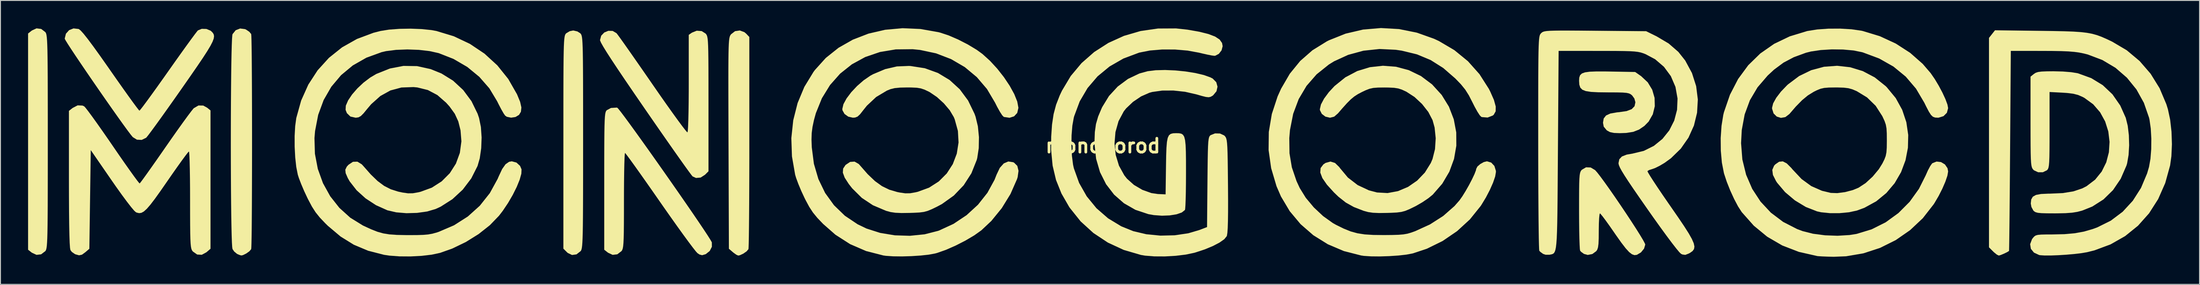
<source format=kicad_pcb>
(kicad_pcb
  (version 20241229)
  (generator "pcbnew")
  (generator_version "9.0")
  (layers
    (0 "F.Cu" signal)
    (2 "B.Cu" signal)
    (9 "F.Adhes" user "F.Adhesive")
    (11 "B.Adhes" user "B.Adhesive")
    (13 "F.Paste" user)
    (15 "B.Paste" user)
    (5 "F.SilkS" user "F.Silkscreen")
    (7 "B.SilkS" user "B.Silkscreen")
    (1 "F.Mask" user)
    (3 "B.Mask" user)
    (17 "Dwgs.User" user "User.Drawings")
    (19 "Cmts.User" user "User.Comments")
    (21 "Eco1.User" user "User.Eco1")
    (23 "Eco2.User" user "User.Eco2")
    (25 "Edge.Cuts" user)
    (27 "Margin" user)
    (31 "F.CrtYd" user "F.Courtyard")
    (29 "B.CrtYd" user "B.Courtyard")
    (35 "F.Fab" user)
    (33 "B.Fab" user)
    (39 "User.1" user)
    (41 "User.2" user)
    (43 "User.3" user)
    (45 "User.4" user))
  (footprint "monogorod"
    (layer "F.Cu")
    (at 116.748 12.813)
    (property "Reference" "monogorod" (at 0 0 0) (layer "F.SilkS") (effects (font (size 1.5 1.5) (thickness 0.3))))
    (attr board_only exclude_from_pos_files exclude_from_bom)
    (fp_poly (pts (xy -115.324 -12.715) (xy -114.874 -12.37) (xy -114.824 -12.296) (xy -114.78 -12.186) (xy -114.743 -12.019) (xy -114.712 -11.774) (xy -114.685 -11.431) (xy -114.664 -10.97) (xy -114.646 -10.368) (xy -114.633 -9.606) (xy -114.623 -8.663) (xy -114.615 -7.518) (xy -114.611 -6.15) (xy -114.608 -4.539) (xy -114.606 -2.664) (xy -114.606 -0.504) (xy -114.606 -0.459) (xy -114.606 1.707) (xy -114.608 3.587) (xy -114.611 5.203) (xy -114.615 6.576) (xy -114.623 7.725) (xy -114.633 8.672) (xy -114.646 9.437) (xy -114.663 10.041) (xy -114.685 10.506) (xy -114.711 10.851) (xy -114.742 11.097) (xy -114.78 11.265) (xy -114.823 11.376) (xy -114.873 11.451) (xy -114.874 11.452) (xy -115.33 11.8) (xy -115.836 11.858) (xy -116.334 11.626) (xy -116.748 11.301) (xy -116.748 -0.459) (xy -116.748 -12.219) (xy -116.334 -12.545) (xy -115.83 -12.778)) (stroke (width 0) (type solid)) (fill yes) (layer "F.SilkS"))
    (fp_poly (pts (xy -38.941 -12.365) (xy -38.739 -12.193) (xy -38.406 -11.839) (xy -38.406 -0.423) (xy -38.407 1.423) (xy -38.411 3.183) (xy -38.417 4.833) (xy -38.424 6.348) (xy -38.434 7.704) (xy -38.445 8.876) (xy -38.457 9.84) (xy -38.471 10.571) (xy -38.486 11.046) (xy -38.501 11.239) (xy -38.501 11.24) (xy -38.702 11.477) (xy -39.058 11.725) (xy -39.434 11.9) (xy -39.614 11.935) (xy -39.821 11.843) (xy -40.135 11.616) (xy -40.195 11.566) (xy -40.625 11.196) (xy -40.666 -0.269) (xy -40.673 -2.413) (xy -40.679 -4.273) (xy -40.683 -5.869) (xy -40.684 -7.223) (xy -40.683 -8.355) (xy -40.677 -9.286) (xy -40.667 -10.039) (xy -40.653 -10.633) (xy -40.634 -11.091) (xy -40.609 -11.433) (xy -40.578 -11.68) (xy -40.541 -11.853) (xy -40.496 -11.975) (xy -40.444 -12.065) (xy -40.387 -12.14) (xy -39.955 -12.473) (xy -39.442 -12.549)) (stroke (width 0) (type solid)) (fill yes) (layer "F.SilkS"))
    (fp_poly (pts (xy 54.594 -8.09) (xy 55.137 -8.081) (xy 57.813 -8.033) (xy 58.47 -7.571) (xy 59.18 -6.906) (xy 59.666 -6.103) (xy 59.922 -5.219) (xy 59.945 -4.31) (xy 59.731 -3.432) (xy 59.278 -2.64) (xy 58.815 -2.166) (xy 58.233 -1.767) (xy 57.601 -1.521) (xy 56.83 -1.401) (xy 56.138 -1.378) (xy 55.506 -1.403) (xy 55.079 -1.492) (xy 54.755 -1.67) (xy 54.722 -1.694) (xy 54.398 -2.086) (xy 54.319 -2.512) (xy 54.395 -2.975) (xy 54.648 -3.3) (xy 55.115 -3.514) (xy 55.836 -3.641) (xy 56.068 -3.662) (xy 56.887 -3.781) (xy 57.437 -3.991) (xy 57.745 -4.31) (xy 57.839 -4.74) (xy 57.725 -5.15) (xy 57.484 -5.482) (xy 57.327 -5.611) (xy 57.14 -5.702) (xy 56.871 -5.761) (xy 56.465 -5.795) (xy 55.87 -5.81) (xy 55.03 -5.814) (xy 54.873 -5.814) (xy 53.81 -5.825) (xy 53.015 -5.867) (xy 52.449 -5.955) (xy 52.074 -6.105) (xy 51.853 -6.332) (xy 51.748 -6.651) (xy 51.72 -7.073) (xy 51.741 -7.42) (xy 51.83 -7.682) (xy 52.025 -7.869) (xy 52.363 -7.993) (xy 52.879 -8.064) (xy 53.61 -8.092)) (stroke (width 0) (type solid)) (fill yes) (layer "F.SilkS"))
    (fp_poly (pts (xy -57.083 -12.443) (xy -56.767 -12.241) (xy -56.71 -12.178) (xy -56.661 -12.096) (xy -56.618 -11.975) (xy -56.582 -11.794) (xy -56.552 -11.532) (xy -56.528 -11.168) (xy -56.508 -10.681) (xy -56.493 -10.05) (xy -56.481 -9.254) (xy -56.473 -8.273) (xy -56.467 -7.086) (xy -56.464 -5.671) (xy -56.462 -4.009) (xy -56.462 -2.077) (xy -56.461 -0.399) (xy -56.462 1.76) (xy -56.463 3.635) (xy -56.466 5.246) (xy -56.471 6.612) (xy -56.478 7.756) (xy -56.488 8.698) (xy -56.502 9.458) (xy -56.519 10.058) (xy -56.541 10.519) (xy -56.567 10.86) (xy -56.599 11.104) (xy -56.636 11.27) (xy -56.68 11.38) (xy -56.729 11.452) (xy -57.181 11.806) (xy -57.666 11.873) (xy -58.132 11.649) (xy -58.213 11.574) (xy -58.604 11.184) (xy -58.604 -0.376) (xy -58.603 -2.53) (xy -58.603 -4.4) (xy -58.601 -6.006) (xy -58.597 -7.368) (xy -58.591 -8.507) (xy -58.582 -9.445) (xy -58.569 -10.202) (xy -58.553 -10.799) (xy -58.532 -11.257) (xy -58.506 -11.597) (xy -58.475 -11.84) (xy -58.438 -12.006) (xy -58.394 -12.116) (xy -58.343 -12.192) (xy -58.298 -12.241) (xy -57.912 -12.471) (xy -57.533 -12.547)) (stroke (width 0) (type solid)) (fill yes) (layer "F.SilkS"))
    (fp_poly (pts (xy -93.177 -12.692) (xy -93.066 -12.641) (xy -92.721 -12.407) (xy -92.518 -12.165) (xy -92.514 -12.158) (xy -92.497 -11.963) (xy -92.482 -11.492) (xy -92.469 -10.773) (xy -92.457 -9.836) (xy -92.447 -8.709) (xy -92.438 -7.422) (xy -92.431 -6.005) (xy -92.426 -4.485) (xy -92.423 -2.893) (xy -92.421 -1.258) (xy -92.421 0.391) (xy -92.423 2.025) (xy -92.427 3.615) (xy -92.432 5.132) (xy -92.438 6.546) (xy -92.447 7.828) (xy -92.457 8.95) (xy -92.469 9.881) (xy -92.483 10.592) (xy -92.498 11.055) (xy -92.514 11.24) (xy -92.71 11.47) (xy -93.056 11.716) (xy -93.415 11.891) (xy -93.598 11.925) (xy -93.82 11.856) (xy -94.047 11.756) (xy -94.363 11.495) (xy -94.544 11.224) (xy -94.578 10.998) (xy -94.608 10.496) (xy -94.634 9.748) (xy -94.657 8.782) (xy -94.677 7.629) (xy -94.694 6.318) (xy -94.707 4.878) (xy -94.716 3.34) (xy -94.722 1.733) (xy -94.725 0.086) (xy -94.724 -1.57) (xy -94.72 -3.206) (xy -94.712 -4.794) (xy -94.701 -6.302) (xy -94.687 -7.701) (xy -94.669 -8.962) (xy -94.648 -10.055) (xy -94.623 -10.95) (xy -94.596 -11.619) (xy -94.564 -12.03) (xy -94.542 -12.147) (xy -94.2 -12.573) (xy -93.716 -12.764)) (stroke (width 0) (type solid)) (fill yes) (layer "F.SilkS"))
    (fp_poly (pts (xy 52.981 2.355) (xy 53.459 2.639) (xy 53.691 2.899) (xy 54.05 3.361) (xy 54.509 3.987) (xy 55.043 4.738) (xy 55.625 5.575) (xy 56.229 6.461) (xy 56.829 7.355) (xy 57.4 8.221) (xy 57.916 9.019) (xy 58.349 9.71) (xy 58.676 10.256) (xy 58.868 10.618) (xy 58.91 10.741) (xy 58.778 11.182) (xy 58.443 11.592) (xy 57.999 11.856) (xy 57.989 11.859) (xy 57.737 11.889) (xy 57.47 11.797) (xy 57.161 11.559) (xy 56.783 11.146) (xy 56.31 10.532) (xy 55.713 9.69) (xy 55.522 9.412) (xy 55.041 8.72) (xy 54.615 8.126) (xy 54.275 7.673) (xy 54.052 7.402) (xy 53.984 7.345) (xy 53.937 7.488) (xy 53.898 7.879) (xy 53.871 8.46) (xy 53.86 9.172) (xy 53.86 9.24) (xy 53.854 10.068) (xy 53.829 10.648) (xy 53.779 11.037) (xy 53.697 11.292) (xy 53.592 11.452) (xy 53.164 11.768) (xy 52.66 11.868) (xy 52.254 11.756) (xy 51.96 11.544) (xy 51.835 11.412) (xy 51.805 11.221) (xy 51.779 10.765) (xy 51.755 10.085) (xy 51.737 9.224) (xy 51.725 8.222) (xy 51.72 7.121) (xy 51.72 7.077) (xy 51.721 5.836) (xy 51.725 4.864) (xy 51.735 4.126) (xy 51.755 3.585) (xy 51.785 3.204) (xy 51.83 2.947) (xy 51.89 2.778) (xy 51.969 2.66) (xy 52.024 2.601) (xy 52.477 2.336)) (stroke (width 0) (type solid)) (fill yes) (layer "F.SilkS"))
    (fp_poly (pts (xy -43.583 -12.482) (xy -43.155 -12.212) (xy -43.084 -12.127) (xy -43.024 -12.022) (xy -42.975 -11.871) (xy -42.935 -11.646) (xy -42.905 -11.321) (xy -42.882 -10.869) (xy -42.866 -10.263) (xy -42.855 -9.477) (xy -42.848 -8.484) (xy -42.845 -7.257) (xy -42.844 -5.77) (xy -42.843 -4.555) (xy -42.843 2.768) (xy -43.219 3.144) (xy -43.695 3.452) (xy -44.195 3.495) (xy -44.567 3.328) (xy -44.698 3.169) (xy -44.986 2.782) (xy -45.415 2.188) (xy -45.966 1.412) (xy -46.626 0.477) (xy -47.375 -0.594) (xy -48.199 -1.777) (xy -49.081 -3.05) (xy -49.722 -3.978) (xy -50.888 -5.675) (xy -51.882 -7.133) (xy -52.711 -8.364) (xy -53.382 -9.378) (xy -53.902 -10.184) (xy -54.276 -10.793) (xy -54.513 -11.216) (xy -54.618 -11.462) (xy -54.625 -11.507) (xy -54.496 -11.98) (xy -54.166 -12.326) (xy -53.722 -12.511) (xy -53.25 -12.499) (xy -52.835 -12.255) (xy -52.827 -12.246) (xy -52.682 -12.058) (xy -52.383 -11.646) (xy -51.951 -11.038) (xy -51.405 -10.261) (xy -50.765 -9.345) (xy -50.05 -8.317) (xy -49.281 -7.206) (xy -48.905 -6.661) (xy -48.126 -5.536) (xy -47.397 -4.497) (xy -46.737 -3.57) (xy -46.165 -2.779) (xy -45.7 -2.152) (xy -45.36 -1.712) (xy -45.164 -1.486) (xy -45.125 -1.462) (xy -45.09 -1.632) (xy -45.06 -2.075) (xy -45.033 -2.761) (xy -45.012 -3.655) (xy -44.996 -4.727) (xy -44.987 -5.945) (xy -44.986 -6.809) (xy -44.986 -12.071) (xy -44.645 -12.309) (xy -44.119 -12.522)) (stroke (width 0) (type solid)) (fill yes) (layer "F.SilkS"))
    (fp_poly (pts (xy -111.271 -12.712) (xy -111.231 -12.696) (xy -111.032 -12.54) (xy -110.71 -12.181) (xy -110.255 -11.607) (xy -109.66 -10.809) (xy -108.917 -9.776) (xy -108.018 -8.498) (xy -107.794 -8.175) (xy -107.082 -7.157) (xy -106.423 -6.223) (xy -105.839 -5.403) (xy -105.348 -4.724) (xy -104.972 -4.217) (xy -104.733 -3.909) (xy -104.652 -3.825) (xy -104.54 -3.946) (xy -104.273 -4.289) (xy -103.874 -4.825) (xy -103.363 -5.526) (xy -102.761 -6.363) (xy -102.09 -7.307) (xy -101.535 -8.093) (xy -100.818 -9.11) (xy -100.148 -10.051) (xy -99.548 -10.887) (xy -99.04 -11.586) (xy -98.646 -12.119) (xy -98.389 -12.453) (xy -98.3 -12.556) (xy -97.885 -12.727) (xy -97.378 -12.714) (xy -96.925 -12.526) (xy -96.859 -12.472) (xy -96.697 -12.309) (xy -96.589 -12.137) (xy -96.547 -11.931) (xy -96.583 -11.669) (xy -96.711 -11.325) (xy -96.941 -10.876) (xy -97.286 -10.299) (xy -97.759 -9.568) (xy -98.373 -8.66) (xy -99.138 -7.551) (xy -100.069 -6.216) (xy -100.082 -6.197) (xy -100.863 -5.085) (xy -101.599 -4.045) (xy -102.269 -3.104) (xy -102.855 -2.292) (xy -103.334 -1.637) (xy -103.687 -1.167) (xy -103.892 -0.912) (xy -103.923 -0.88) (xy -104.406 -0.644) (xy -104.926 -0.669) (xy -105.378 -0.95) (xy -105.383 -0.956) (xy -105.605 -1.228) (xy -105.963 -1.703) (xy -106.433 -2.349) (xy -106.994 -3.134) (xy -107.623 -4.024) (xy -108.299 -4.989) (xy -108.998 -5.995) (xy -109.698 -7.01) (xy -110.378 -8.002) (xy -111.014 -8.939) (xy -111.586 -9.788) (xy -112.069 -10.517) (xy -112.442 -11.094) (xy -112.683 -11.486) (xy -112.77 -11.661) (xy -112.77 -11.662) (xy -112.638 -12.196) (xy -112.293 -12.583) (xy -111.812 -12.773)) (stroke (width 0) (type solid)) (fill yes) (layer "F.SilkS"))
    (fp_poly (pts (xy -52.762 -4.156) (xy -52.636 -4.03) (xy -52.356 -3.679) (xy -51.942 -3.129) (xy -51.412 -2.408) (xy -50.785 -1.543) (xy -50.08 -0.561) (xy -49.316 0.51) (xy -48.513 1.645) (xy -47.69 2.815) (xy -46.865 3.993) (xy -46.057 5.153) (xy -45.286 6.267) (xy -44.57 7.308) (xy -43.929 8.25) (xy -43.381 9.064) (xy -42.946 9.724) (xy -42.643 10.203) (xy -42.49 10.473) (xy -42.478 10.502) (xy -42.473 10.979) (xy -42.706 11.435) (xy -43.12 11.767) (xy -43.179 11.794) (xy -43.535 11.897) (xy -43.823 11.819) (xy -44.039 11.674) (xy -44.213 11.485) (xy -44.539 11.071) (xy -44.997 10.462) (xy -45.567 9.684) (xy -46.227 8.767) (xy -46.958 7.737) (xy -47.739 6.625) (xy -48.122 6.074) (xy -48.907 4.946) (xy -49.64 3.9) (xy -50.302 2.962) (xy -50.875 2.157) (xy -51.34 1.513) (xy -51.679 1.055) (xy -51.872 0.808) (xy -51.909 0.773) (xy -51.936 0.918) (xy -51.961 1.334) (xy -51.983 1.986) (xy -52.001 2.839) (xy -52.014 3.857) (xy -52.022 5.006) (xy -52.024 5.951) (xy -52.025 7.359) (xy -52.03 8.493) (xy -52.039 9.385) (xy -52.055 10.067) (xy -52.079 10.57) (xy -52.112 10.928) (xy -52.156 11.171) (xy -52.213 11.332) (xy -52.284 11.443) (xy -52.292 11.452) (xy -52.749 11.8) (xy -53.255 11.858) (xy -53.752 11.626) (xy -54.166 11.301) (xy -54.166 3.838) (xy -54.166 2.129) (xy -54.163 0.701) (xy -54.158 -0.474) (xy -54.15 -1.421) (xy -54.137 -2.165) (xy -54.118 -2.735) (xy -54.093 -3.154) (xy -54.061 -3.45) (xy -54.02 -3.648) (xy -53.971 -3.774) (xy -53.911 -3.855) (xy -53.89 -3.875) (xy -53.436 -4.12) (xy -52.812 -4.16)) (stroke (width 0) (type solid)) (fill yes) (layer "F.SilkS"))
    (fp_poly (pts (xy -74.498 -8.672) (xy -73.019 -8.345) (xy -71.839 -7.865) (xy -70.58 -7.084) (xy -69.483 -6.067) (xy -68.586 -4.857) (xy -67.923 -3.497) (xy -67.762 -3.022) (xy -67.562 -2.042) (xy -67.485 -0.909) (xy -67.529 0.263) (xy -67.688 1.362) (xy -67.928 2.194) (xy -68.61 3.544) (xy -69.534 4.763) (xy -70.655 5.801) (xy -71.926 6.613) (xy -72.481 6.87) (xy -73.404 7.142) (xy -74.499 7.295) (xy -75.656 7.327) (xy -76.763 7.234) (xy -77.711 7.014) (xy -77.734 7.006) (xy -78.959 6.455) (xy -80.089 5.715) (xy -81.062 4.835) (xy -81.815 3.868) (xy -82.027 3.495) (xy -82.254 2.971) (xy -82.291 2.593) (xy -82.131 2.265) (xy -81.945 2.059) (xy -81.464 1.738) (xy -80.979 1.721) (xy -80.507 2.007) (xy -80.356 2.169) (xy -79.522 3.114) (xy -78.781 3.83) (xy -78.077 4.354) (xy -77.354 4.724) (xy -76.557 4.978) (xy -76.087 5.078) (xy -75.481 5.165) (xy -74.959 5.159) (xy -74.362 5.055) (xy -74.121 4.998) (xy -72.888 4.546) (xy -71.82 3.86) (xy -70.942 2.978) (xy -70.277 1.934) (xy -69.848 0.765) (xy -69.68 -0.491) (xy -69.775 -1.689) (xy -70.019 -2.659) (xy -70.399 -3.487) (xy -70.972 -4.282) (xy -71.342 -4.693) (xy -72.29 -5.522) (xy -73.318 -6.067) (xy -74.468 -6.352) (xy -74.885 -6.392) (xy -76.2 -6.345) (xy -77.394 -6.024) (xy -78.482 -5.421) (xy -79.479 -4.53) (xy -79.905 -4.028) (xy -80.308 -3.535) (xy -80.603 -3.242) (xy -80.856 -3.101) (xy -81.131 -3.061) (xy -81.176 -3.06) (xy -81.739 -3.186) (xy -82.119 -3.557) (xy -82.261 -3.915) (xy -82.234 -4.373) (xy -81.986 -4.944) (xy -81.558 -5.582) (xy -80.989 -6.239) (xy -80.319 -6.87) (xy -79.588 -7.426) (xy -78.923 -7.819) (xy -77.45 -8.41) (xy -75.975 -8.694)) (stroke (width 0) (type solid)) (fill yes) (layer "F.SilkS"))
    (fp_poly (pts (xy 7.853 -8.202) (xy 8.967 -8.091) (xy 10.023 -7.922) (xy 10.948 -7.705) (xy 11.674 -7.448) (xy 11.929 -7.313) (xy 12.314 -6.92) (xy 12.448 -6.434) (xy 12.336 -5.934) (xy 11.977 -5.501) (xy 11.885 -5.435) (xy 11.688 -5.327) (xy 11.478 -5.286) (xy 11.18 -5.318) (xy 10.725 -5.432) (xy 10.156 -5.597) (xy 8.929 -5.878) (xy 7.658 -6.016) (xy 6.436 -6.011) (xy 5.355 -5.858) (xy 5.049 -5.775) (xy 4.148 -5.378) (xy 3.265 -4.781) (xy 2.518 -4.071) (xy 2.264 -3.747) (xy 1.696 -2.682) (xy 1.362 -1.497) (xy 1.261 -0.254) (xy 1.389 0.985) (xy 1.744 2.159) (xy 2.322 3.205) (xy 2.614 3.574) (xy 3.373 4.253) (xy 4.291 4.792) (xy 5.266 5.139) (xy 5.967 5.242) (xy 6.809 5.279) (xy 6.851 2.227) (xy 6.87 1.086) (xy 6.901 0.216) (xy 6.954 -0.422) (xy 7.04 -0.862) (xy 7.171 -1.141) (xy 7.358 -1.296) (xy 7.612 -1.363) (xy 7.944 -1.377) (xy 7.957 -1.377) (xy 8.268 -1.369) (xy 8.512 -1.323) (xy 8.697 -1.205) (xy 8.832 -0.983) (xy 8.923 -0.623) (xy 8.981 -0.093) (xy 9.011 0.64) (xy 9.024 1.61) (xy 9.025 2.849) (xy 9.025 2.996) (xy 9.02 4.051) (xy 9.008 5.008) (xy 8.988 5.823) (xy 8.964 6.452) (xy 8.935 6.852) (xy 8.911 6.977) (xy 8.568 7.25) (xy 7.992 7.449) (xy 7.25 7.568) (xy 6.409 7.599) (xy 5.534 7.535) (xy 4.937 7.429) (xy 3.529 6.96) (xy 2.283 6.245) (xy 1.214 5.308) (xy 0.343 4.174) (xy -0.314 2.866) (xy -0.738 1.409) (xy -0.911 -0.173) (xy -0.914 -0.453) (xy -0.877 -1.499) (xy -0.754 -2.37) (xy -0.516 -3.192) (xy -0.136 -4.09) (xy -0.072 -4.225) (xy 0.659 -5.419) (xy 1.607 -6.449) (xy 2.724 -7.279) (xy 3.963 -7.869) (xy 4.863 -8.117) (xy 5.73 -8.223) (xy 6.75 -8.249)) (stroke (width 0) (type solid)) (fill yes) (layer "F.SilkS"))
    (fp_poly (pts (xy 104.276 -8.084) (xy 105.166 -8.012) (xy 105.852 -7.901) (xy 105.931 -7.881) (xy 107.358 -7.361) (xy 108.604 -6.598) (xy 109.657 -5.602) (xy 110.503 -4.386) (xy 111.103 -3.043) (xy 111.315 -2.183) (xy 111.438 -1.152) (xy 111.469 -0.058) (xy 111.407 0.994) (xy 111.251 1.897) (xy 111.179 2.142) (xy 110.553 3.582) (xy 109.716 4.815) (xy 108.684 5.826) (xy 107.471 6.601) (xy 106.366 7.044) (xy 105.835 7.183) (xy 105.258 7.274) (xy 104.555 7.325) (xy 103.648 7.344) (xy 103.367 7.345) (xy 102.534 7.341) (xy 101.951 7.324) (xy 101.563 7.287) (xy 101.314 7.222) (xy 101.149 7.122) (xy 101.063 7.037) (xy 100.855 6.654) (xy 100.784 6.273) (xy 100.832 5.837) (xy 101.005 5.534) (xy 101.345 5.341) (xy 101.895 5.238) (xy 102.697 5.201) (xy 102.886 5.2) (xy 104.27 5.138) (xy 105.417 4.952) (xy 106.376 4.63) (xy 106.842 4.39) (xy 107.772 3.682) (xy 108.485 2.802) (xy 108.983 1.795) (xy 109.268 0.703) (xy 109.341 -0.431) (xy 109.206 -1.563) (xy 108.863 -2.651) (xy 108.314 -3.651) (xy 107.562 -4.521) (xy 106.608 -5.216) (xy 106.42 -5.317) (xy 105.931 -5.529) (xy 105.404 -5.666) (xy 104.735 -5.749) (xy 104.239 -5.782) (xy 102.824 -5.856) (xy 102.824 -1.728) (xy 102.823 -0.489) (xy 102.817 0.479) (xy 102.805 1.214) (xy 102.784 1.75) (xy 102.752 2.124) (xy 102.707 2.372) (xy 102.645 2.53) (xy 102.566 2.633) (xy 102.544 2.654) (xy 102.099 2.873) (xy 101.584 2.874) (xy 101.131 2.663) (xy 101.05 2.585) (xy 100.969 2.48) (xy 100.905 2.341) (xy 100.855 2.134) (xy 100.818 1.826) (xy 100.792 1.384) (xy 100.775 0.775) (xy 100.765 -0.035) (xy 100.76 -1.078) (xy 100.758 -2.39) (xy 100.758 -2.631) (xy 100.758 -7.525) (xy 101.12 -7.817) (xy 101.319 -7.946) (xy 101.581 -8.031) (xy 101.967 -8.081) (xy 102.54 -8.104) (xy 103.268 -8.11)) (stroke (width 0) (type solid)) (fill yes) (layer "F.SilkS"))
    (fp_poly (pts (xy 81.165 -8.549) (xy 82.541 -8.127) (xy 83.839 -7.442) (xy 85.022 -6.496) (xy 85.149 -6.369) (xy 86.115 -5.195) (xy 86.819 -3.916) (xy 87.269 -2.567) (xy 87.473 -1.181) (xy 87.44 0.209) (xy 87.178 1.568) (xy 86.695 2.863) (xy 85.999 4.062) (xy 85.099 5.129) (xy 84.001 6.032) (xy 82.715 6.738) (xy 81.895 7.041) (xy 81.025 7.228) (xy 80.004 7.323) (xy 78.957 7.323) (xy 78.008 7.226) (xy 77.577 7.131) (xy 76.347 6.65) (xy 75.16 5.931) (xy 74.096 5.034) (xy 73.238 4.021) (xy 73.114 3.834) (xy 72.777 3.164) (xy 72.707 2.615) (xy 72.903 2.159) (xy 73.035 2.016) (xy 73.449 1.729) (xy 73.851 1.69) (xy 74.278 1.911) (xy 74.77 2.402) (xy 74.903 2.563) (xy 75.888 3.611) (xy 76.941 4.379) (xy 78.1 4.89) (xy 79.062 5.12) (xy 79.767 5.144) (xy 80.605 5.034) (xy 81.449 4.814) (xy 82.074 4.558) (xy 82.843 4.053) (xy 83.608 3.349) (xy 84.279 2.542) (xy 84.668 1.915) (xy 84.886 1.476) (xy 85.026 1.105) (xy 85.105 0.712) (xy 85.141 0.205) (xy 85.15 -0.505) (xy 85.15 -0.614) (xy 85.144 -1.359) (xy 85.113 -1.892) (xy 85.038 -2.307) (xy 84.903 -2.7) (xy 84.688 -3.164) (xy 84.654 -3.234) (xy 83.938 -4.351) (xy 82.998 -5.267) (xy 81.888 -5.943) (xy 81.418 -6.143) (xy 80.984 -6.266) (xy 80.483 -6.328) (xy 79.812 -6.348) (xy 79.566 -6.349) (xy 78.854 -6.34) (xy 78.347 -6.299) (xy 77.941 -6.206) (xy 77.536 -6.041) (xy 77.192 -5.868) (xy 76.573 -5.485) (xy 75.946 -4.967) (xy 75.26 -4.267) (xy 74.567 -3.463) (xy 74.128 -3.126) (xy 73.645 -3.041) (xy 73.192 -3.183) (xy 72.847 -3.523) (xy 72.685 -4.034) (xy 72.681 -4.135) (xy 72.8 -4.62) (xy 73.135 -5.225) (xy 73.648 -5.897) (xy 74.303 -6.58) (xy 74.414 -6.683) (xy 75.622 -7.59) (xy 76.938 -8.229) (xy 78.326 -8.601) (xy 79.747 -8.707)) (stroke (width 0) (type solid)) (fill yes) (layer "F.SilkS"))
    (fp_poly (pts (xy 31.84 -8.603) (xy 33.229 -8.229) (xy 34.546 -7.59) (xy 35.753 -6.684) (xy 35.754 -6.683) (xy 36.798 -5.536) (xy 37.583 -4.26) (xy 38.11 -2.89) (xy 38.379 -1.462) (xy 38.388 -0.012) (xy 38.138 1.425) (xy 37.63 2.813) (xy 36.861 4.118) (xy 35.833 5.302) (xy 35.827 5.308) (xy 35.347 5.7) (xy 34.706 6.133) (xy 34.022 6.529) (xy 33.846 6.619) (xy 33.275 6.896) (xy 32.829 7.079) (xy 32.414 7.19) (xy 31.933 7.252) (xy 31.292 7.285) (xy 30.863 7.298) (xy 29.988 7.309) (xy 29.331 7.28) (xy 28.802 7.202) (xy 28.314 7.068) (xy 28.307 7.065) (xy 27.255 6.656) (xy 26.387 6.172) (xy 25.581 5.535) (xy 25.092 5.065) (xy 24.329 4.222) (xy 23.836 3.506) (xy 23.61 2.908) (xy 23.647 2.416) (xy 23.945 2.02) (xy 24.189 1.856) (xy 24.713 1.709) (xy 25.213 1.863) (xy 25.671 2.311) (xy 25.738 2.407) (xy 26.608 3.45) (xy 27.674 4.271) (xy 28.895 4.843) (xy 29.771 5.073) (xy 30.92 5.137) (xy 32.061 4.924) (xy 33.146 4.464) (xy 34.131 3.783) (xy 34.969 2.909) (xy 35.614 1.871) (xy 35.802 1.43) (xy 36.072 0.357) (xy 36.148 -0.825) (xy 36.029 -1.991) (xy 35.806 -2.798) (xy 35.343 -3.685) (xy 34.662 -4.553) (xy 33.842 -5.316) (xy 32.962 -5.887) (xy 32.948 -5.894) (xy 32.482 -6.11) (xy 32.073 -6.243) (xy 31.616 -6.314) (xy 31.009 -6.341) (xy 30.6 -6.345) (xy 29.886 -6.338) (xy 29.371 -6.299) (xy 28.951 -6.205) (xy 28.518 -6.036) (xy 28.133 -5.853) (xy 27.688 -5.619) (xy 27.305 -5.37) (xy 26.93 -5.06) (xy 26.509 -4.64) (xy 25.989 -4.062) (xy 25.532 -3.532) (xy 25.121 -3.174) (xy 24.674 -3.06) (xy 24.653 -3.06) (xy 24.166 -3.177) (xy 23.776 -3.475) (xy 23.574 -3.874) (xy 23.564 -3.984) (xy 23.684 -4.499) (xy 24.021 -5.135) (xy 24.542 -5.839) (xy 25.158 -6.503) (xy 26.331 -7.45) (xy 27.625 -8.134) (xy 29 -8.554) (xy 30.418 -8.711)) (stroke (width 0) (type solid)) (fill yes) (layer "F.SilkS"))
    (fp_poly (pts (xy -20.886 -8.681) (xy -19.338 -8.438) (xy -17.919 -7.925) (xy -16.65 -7.159) (xy -15.552 -6.154) (xy -14.645 -4.928) (xy -13.95 -3.495) (xy -13.833 -3.172) (xy -13.581 -2.125) (xy -13.465 -0.942) (xy -13.487 0.251) (xy -13.651 1.329) (xy -13.708 1.541) (xy -14.286 2.989) (xy -15.122 4.287) (xy -16.193 5.407) (xy -17.476 6.325) (xy -18.005 6.61) (xy -18.584 6.89) (xy -19.034 7.076) (xy -19.45 7.189) (xy -19.928 7.251) (xy -20.565 7.284) (xy -21.008 7.298) (xy -21.883 7.309) (xy -22.54 7.28) (xy -23.069 7.202) (xy -23.557 7.068) (xy -23.564 7.065) (xy -24.983 6.462) (xy -26.19 5.659) (xy -27.233 4.624) (xy -27.609 4.144) (xy -28.049 3.462) (xy -28.249 2.919) (xy -28.217 2.474) (xy -27.958 2.085) (xy -27.949 2.076) (xy -27.461 1.749) (xy -26.973 1.716) (xy -26.523 1.975) (xy -26.421 2.087) (xy -25.552 3.08) (xy -24.761 3.834) (xy -23.996 4.385) (xy -23.204 4.77) (xy -22.33 5.027) (xy -22.073 5.078) (xy -21.467 5.165) (xy -20.946 5.159) (xy -20.349 5.055) (xy -20.108 4.998) (xy -18.882 4.549) (xy -17.828 3.873) (xy -16.963 3.007) (xy -16.305 1.987) (xy -15.872 0.85) (xy -15.681 -0.365) (xy -15.751 -1.624) (xy -16.099 -2.887) (xy -16.201 -3.132) (xy -16.638 -3.867) (xy -17.276 -4.621) (xy -18.028 -5.307) (xy -18.808 -5.837) (xy -18.933 -5.903) (xy -19.391 -6.119) (xy -19.792 -6.251) (xy -20.239 -6.321) (xy -20.833 -6.347) (xy -21.269 -6.35) (xy -22.043 -6.334) (xy -22.611 -6.279) (xy -23.069 -6.167) (xy -23.461 -6.009) (xy -24.629 -5.313) (xy -25.637 -4.368) (xy -26.028 -3.88) (xy -26.382 -3.429) (xy -26.651 -3.181) (xy -26.916 -3.077) (xy -27.159 -3.06) (xy -27.66 -3.175) (xy -28.067 -3.468) (xy -28.29 -3.866) (xy -28.307 -4.013) (xy -28.184 -4.534) (xy -27.844 -5.158) (xy -27.335 -5.832) (xy -26.705 -6.504) (xy -25.999 -7.12) (xy -25.265 -7.626) (xy -24.966 -7.791) (xy -23.654 -8.343) (xy -22.384 -8.637) (xy -21.069 -8.691)) (stroke (width 0) (type solid)) (fill yes) (layer "F.SilkS"))
    (fp_poly (pts (xy -110.844 -4.381) (xy -110.656 -4.299) (xy -110.51 -4.143) (xy -110.215 -3.764) (xy -109.794 -3.194) (xy -109.269 -2.463) (xy -108.663 -1.602) (xy -107.997 -0.643) (xy -107.567 -0.017) (xy -106.885 0.978) (xy -106.255 1.884) (xy -105.698 2.673) (xy -105.237 3.316) (xy -104.891 3.783) (xy -104.682 4.045) (xy -104.63 4.092) (xy -104.519 3.961) (xy -104.258 3.609) (xy -103.867 3.067) (xy -103.368 2.364) (xy -102.783 1.532) (xy -102.135 0.602) (xy -101.824 0.153) (xy -101.139 -0.831) (xy -100.494 -1.746) (xy -99.912 -2.559) (xy -99.419 -3.235) (xy -99.04 -3.739) (xy -98.799 -4.039) (xy -98.748 -4.093) (xy -98.242 -4.389) (xy -97.721 -4.381) (xy -97.294 -4.145) (xy -96.933 -3.852) (xy -96.933 3.672) (xy -96.933 11.196) (xy -97.375 11.577) (xy -97.88 11.851) (xy -98.382 11.824) (xy -98.844 11.498) (xy -98.884 11.452) (xy -98.956 11.345) (xy -99.014 11.191) (xy -99.06 10.958) (xy -99.094 10.615) (xy -99.119 10.13) (xy -99.135 9.471) (xy -99.145 8.606) (xy -99.15 7.504) (xy -99.152 6.133) (xy -99.152 5.874) (xy -99.155 4.64) (xy -99.165 3.508) (xy -99.181 2.515) (xy -99.201 1.694) (xy -99.225 1.081) (xy -99.252 0.71) (xy -99.276 0.612) (xy -99.393 0.733) (xy -99.657 1.073) (xy -100.045 1.6) (xy -100.531 2.278) (xy -101.091 3.075) (xy -101.609 3.823) (xy -102.359 4.904) (xy -102.966 5.753) (xy -103.454 6.392) (xy -103.846 6.845) (xy -104.165 7.135) (xy -104.437 7.287) (xy -104.683 7.323) (xy -104.928 7.267) (xy -105.036 7.223) (xy -105.225 7.051) (xy -105.56 6.655) (xy -106.015 6.068) (xy -106.569 5.319) (xy -107.195 4.442) (xy -107.668 3.762) (xy -109.939 0.467) (xy -110.016 5.832) (xy -110.092 11.197) (xy -110.521 11.566) (xy -110.895 11.84) (xy -111.212 11.908) (xy -111.613 11.796) (xy -111.651 11.781) (xy -111.992 11.543) (xy -112.148 11.342) (xy -112.192 11.102) (xy -112.229 10.559) (xy -112.259 9.714) (xy -112.283 8.566) (xy -112.299 7.113) (xy -112.308 5.355) (xy -112.311 3.617) (xy -112.311 -3.803) (xy -111.908 -4.12) (xy -111.368 -4.402)) (stroke (width 0) (type solid)) (fill yes) (layer "F.SilkS"))
    (fp_poly (pts (xy 101.735 -12.509) (xy 103.207 -12.489) (xy 104.416 -12.463) (xy 105.403 -12.427) (xy 106.21 -12.373) (xy 106.879 -12.295) (xy 107.453 -12.187) (xy 107.972 -12.043) (xy 108.48 -11.856) (xy 109.018 -11.62) (xy 109.628 -11.329) (xy 109.633 -11.327) (xy 111.212 -10.393) (xy 112.607 -9.224) (xy 113.801 -7.842) (xy 114.775 -6.269) (xy 115.511 -4.527) (xy 115.681 -3.978) (xy 115.923 -2.845) (xy 116.07 -1.538) (xy 116.116 -0.173) (xy 116.058 1.131) (xy 115.918 2.133) (xy 115.389 4.048) (xy 114.623 5.789) (xy 113.633 7.34) (xy 112.432 8.688) (xy 111.034 9.818) (xy 109.453 10.717) (xy 107.703 11.369) (xy 106.894 11.571) (xy 106.29 11.674) (xy 105.522 11.766) (xy 104.665 11.841) (xy 103.791 11.896) (xy 102.973 11.927) (xy 102.286 11.928) (xy 101.802 11.896) (xy 101.692 11.876) (xy 101.127 11.613) (xy 100.794 11.201) (xy 100.715 10.698) (xy 100.913 10.164) (xy 100.999 10.043) (xy 101.147 9.871) (xy 101.308 9.756) (xy 101.544 9.688) (xy 101.917 9.653) (xy 102.487 9.64) (xy 103.103 9.639) (xy 104.444 9.608) (xy 105.57 9.508) (xy 106.568 9.325) (xy 107.525 9.047) (xy 108.012 8.868) (xy 109.476 8.14) (xy 110.766 7.169) (xy 111.865 5.975) (xy 112.756 4.579) (xy 113.421 3.001) (xy 113.627 2.295) (xy 113.784 1.415) (xy 113.868 0.349) (xy 113.879 -0.789) (xy 113.817 -1.889) (xy 113.682 -2.837) (xy 113.631 -3.06) (xy 113.07 -4.678) (xy 112.26 -6.137) (xy 111.224 -7.414) (xy 109.985 -8.487) (xy 108.565 -9.333) (xy 106.987 -9.931) (xy 106.535 -10.047) (xy 106.048 -10.145) (xy 105.514 -10.218) (xy 104.881 -10.27) (xy 104.095 -10.303) (xy 103.105 -10.32) (xy 101.983 -10.325) (xy 98.616 -10.328) (xy 98.537 0.536) (xy 98.524 2.329) (xy 98.51 4.032) (xy 98.496 5.618) (xy 98.483 7.065) (xy 98.47 8.346) (xy 98.457 9.438) (xy 98.446 10.317) (xy 98.436 10.958) (xy 98.428 11.336) (xy 98.422 11.434) (xy 98.212 11.565) (xy 97.865 11.733) (xy 97.517 11.877) (xy 97.311 11.935) (xy 97.103 11.835) (xy 96.793 11.585) (xy 96.692 11.488) (xy 96.245 11.04) (xy 96.245 -0.35) (xy 96.245 -11.741) (xy 96.571 -12.155) (xy 96.897 -12.569)) (stroke (width 0) (type solid)) (fill yes) (layer "F.SilkS"))
    (fp_poly (pts (xy 9.181 -12.637) (xy 10.463 -12.411) (xy 11.459 -12.162) (xy 12.191 -11.882) (xy 12.679 -11.559) (xy 12.942 -11.186) (xy 13.006 -10.837) (xy 12.888 -10.386) (xy 12.594 -10.008) (xy 12.212 -9.805) (xy 12.1 -9.793) (xy 11.825 -9.829) (xy 11.339 -9.924) (xy 10.73 -10.062) (xy 10.455 -10.129) (xy 9.203 -10.36) (xy 7.83 -10.477) (xy 6.434 -10.48) (xy 5.116 -10.37) (xy 3.976 -10.147) (xy 3.909 -10.128) (xy 2.224 -9.496) (xy 0.722 -8.633) (xy -0.582 -7.557) (xy -1.668 -6.285) (xy -2.52 -4.835) (xy -3.12 -3.225) (xy -3.165 -3.06) (xy -3.319 -2.2) (xy -3.404 -1.15) (xy -3.42 -0.019) (xy -3.366 1.083) (xy -3.243 2.05) (xy -3.158 2.437) (xy -2.585 4.035) (xy -1.757 5.495) (xy -0.7 6.788) (xy 0.558 7.883) (xy 1.989 8.752) (xy 3.29 9.28) (xy 4.71 9.616) (xy 6.244 9.766) (xy 7.799 9.73) (xy 9.281 9.51) (xy 10.459 9.163) (xy 11.311 8.837) (xy 11.355 3.947) (xy 11.368 2.592) (xy 11.382 1.511) (xy 11.398 0.67) (xy 11.419 0.038) (xy 11.447 -0.419) (xy 11.485 -0.733) (xy 11.533 -0.936) (xy 11.596 -1.062) (xy 11.673 -1.143) (xy 11.696 -1.16) (xy 12.176 -1.353) (xy 12.71 -1.342) (xy 13.164 -1.136) (xy 13.25 -1.055) (xy 13.33 -0.95) (xy 13.394 -0.809) (xy 13.445 -0.599) (xy 13.485 -0.287) (xy 13.515 0.159) (xy 13.538 0.772) (xy 13.555 1.585) (xy 13.569 2.63) (xy 13.582 3.94) (xy 13.586 4.33) (xy 13.596 5.894) (xy 13.594 7.171) (xy 13.581 8.178) (xy 13.557 8.935) (xy 13.52 9.459) (xy 13.47 9.769) (xy 13.451 9.827) (xy 13.183 10.157) (xy 12.663 10.523) (xy 11.939 10.901) (xy 11.059 11.266) (xy 10.069 11.593) (xy 9.946 11.629) (xy 9.018 11.827) (xy 7.912 11.962) (xy 6.734 12.029) (xy 5.586 12.024) (xy 4.574 11.944) (xy 4.131 11.869) (xy 2.272 11.327) (xy 0.54 10.525) (xy -1.034 9.481) (xy -2.422 8.216) (xy -3.595 6.748) (xy -3.673 6.631) (xy -4.502 5.188) (xy -5.094 3.714) (xy -5.464 2.152) (xy -5.626 0.445) (xy -5.618 -0.982) (xy -5.527 -2.317) (xy -5.357 -3.448) (xy -5.085 -4.472) (xy -4.69 -5.484) (xy -4.447 -6) (xy -3.496 -7.593) (xy -2.321 -8.998) (xy -0.947 -10.204) (xy 0.597 -11.196) (xy 2.286 -11.962) (xy 4.091 -12.489) (xy 5.987 -12.762) (xy 7.946 -12.771)) (stroke (width 0) (type solid)) (fill yes) (layer "F.SilkS"))
    (fp_poly (pts (xy -19.824 -12.71) (xy -17.859 -12.361) (xy -17.673 -12.314) (xy -16.757 -12.011) (xy -15.72 -11.562) (xy -14.671 -11.023) (xy -13.718 -10.449) (xy -13.088 -9.993) (xy -12.265 -9.248) (xy -11.474 -8.388) (xy -10.749 -7.464) (xy -10.123 -6.527) (xy -9.63 -5.629) (xy -9.305 -4.82) (xy -9.181 -4.152) (xy -9.181 -4.122) (xy -9.307 -3.578) (xy -9.647 -3.21) (xy -10.144 -3.052) (xy -10.737 -3.139) (xy -10.776 -3.154) (xy -10.941 -3.324) (xy -11.192 -3.711) (xy -11.492 -4.251) (xy -11.717 -4.699) (xy -12.593 -6.18) (xy -13.697 -7.474) (xy -15.003 -8.563) (xy -16.485 -9.43) (xy -18.117 -10.058) (xy -19.874 -10.432) (xy -20.657 -10.51) (xy -22.493 -10.493) (xy -24.221 -10.205) (xy -25.819 -9.658) (xy -27.268 -8.867) (xy -28.549 -7.847) (xy -29.641 -6.611) (xy -30.525 -5.174) (xy -31.18 -3.551) (xy -31.384 -2.81) (xy -31.545 -2.052) (xy -31.631 -1.385) (xy -31.653 -0.674) (xy -31.624 0.153) (xy -31.393 1.952) (xy -30.904 3.617) (xy -30.172 5.127) (xy -29.208 6.463) (xy -28.026 7.606) (xy -26.64 8.535) (xy -25.674 8.999) (xy -24.201 9.471) (xy -22.602 9.734) (xy -20.962 9.785) (xy -19.364 9.623) (xy -17.89 9.245) (xy -17.784 9.207) (xy -16.223 8.486) (xy -14.807 7.54) (xy -13.569 6.404) (xy -12.546 5.11) (xy -11.771 3.693) (xy -11.552 3.137) (xy -11.199 2.394) (xy -10.767 1.911) (xy -10.277 1.702) (xy -9.752 1.782) (xy -9.646 1.833) (xy -9.297 2.181) (xy -9.167 2.716) (xy -9.261 3.403) (xy -9.333 3.63) (xy -10.041 5.242) (xy -10.987 6.78) (xy -12.116 8.167) (xy -13.201 9.187) (xy -13.969 9.735) (xy -14.933 10.305) (xy -15.994 10.848) (xy -17.051 11.313) (xy -18.004 11.649) (xy -18.208 11.705) (xy -18.891 11.833) (xy -19.782 11.932) (xy -20.789 11.998) (xy -21.818 12.028) (xy -22.775 12.018) (xy -23.566 11.965) (xy -23.845 11.926) (xy -25.724 11.444) (xy -27.46 10.692) (xy -29.055 9.668) (xy -30.392 8.494) (xy -31.021 7.835) (xy -31.495 7.256) (xy -31.895 6.644) (xy -32.302 5.887) (xy -32.42 5.649) (xy -32.766 4.905) (xy -33.08 4.153) (xy -33.323 3.496) (xy -33.43 3.137) (xy -33.776 1.147) (xy -33.843 -0.838) (xy -33.636 -2.782) (xy -33.163 -4.653) (xy -32.429 -6.415) (xy -31.442 -8.034) (xy -31.287 -8.244) (xy -30.101 -9.56) (xy -28.716 -10.665) (xy -27.161 -11.55) (xy -25.464 -12.206) (xy -23.657 -12.624) (xy -21.767 -12.795)) (stroke (width 0) (type solid)) (fill yes) (layer "F.SilkS"))
    (fp_poly (pts (xy 81.311 -12.678) (xy 82.378 -12.524) (xy 82.538 -12.489) (xy 84.394 -11.923) (xy 86.123 -11.123) (xy 87.686 -10.112) (xy 89.046 -8.915) (xy 89.904 -7.916) (xy 90.351 -7.27) (xy 90.791 -6.535) (xy 91.191 -5.781) (xy 91.516 -5.076) (xy 91.733 -4.488) (xy 91.807 -4.101) (xy 91.671 -3.594) (xy 91.304 -3.228) (xy 90.775 -3.064) (xy 90.678 -3.06) (xy 90.385 -3.078) (xy 90.154 -3.164) (xy 89.943 -3.363) (xy 89.712 -3.722) (xy 89.417 -4.289) (xy 89.219 -4.693) (xy 88.318 -6.219) (xy 87.201 -7.529) (xy 85.867 -8.623) (xy 84.317 -9.5) (xy 82.549 -10.161) (xy 82.473 -10.183) (xy 81.525 -10.375) (xy 80.389 -10.477) (xy 79.169 -10.492) (xy 77.971 -10.419) (xy 76.899 -10.26) (xy 76.353 -10.122) (xy 75.041 -9.64) (xy 73.927 -9.051) (xy 72.904 -8.292) (xy 72.201 -7.64) (xy 71.105 -6.362) (xy 70.276 -4.961) (xy 69.708 -3.42) (xy 69.392 -1.722) (xy 69.317 -0.292) (xy 69.455 1.48) (xy 69.864 3.146) (xy 70.528 4.682) (xy 71.43 6.064) (xy 72.553 7.269) (xy 73.882 8.272) (xy 75.399 9.051) (xy 76.004 9.277) (xy 77.133 9.562) (xy 78.434 9.732) (xy 79.792 9.781) (xy 81.094 9.703) (xy 81.861 9.581) (xy 83.495 9.084) (xy 85.022 8.319) (xy 86.409 7.311) (xy 87.625 6.089) (xy 88.635 4.681) (xy 89.364 3.227) (xy 89.615 2.664) (xy 89.863 2.2) (xy 90.06 1.92) (xy 90.089 1.894) (xy 90.55 1.71) (xy 91.036 1.768) (xy 91.461 2.024) (xy 91.742 2.434) (xy 91.807 2.786) (xy 91.727 3.25) (xy 91.508 3.896) (xy 91.182 4.652) (xy 90.78 5.447) (xy 90.333 6.21) (xy 90.228 6.371) (xy 89.058 7.871) (xy 87.676 9.171) (xy 86.117 10.253) (xy 84.415 11.1) (xy 82.604 11.693) (xy 80.721 12.014) (xy 79.381 12.067) (xy 78.706 12.051) (xy 78.109 12.027) (xy 77.685 11.999) (xy 77.577 11.986) (xy 75.595 11.536) (xy 73.79 10.838) (xy 72.159 9.888) (xy 70.699 8.686) (xy 69.406 7.228) (xy 69.378 7.192) (xy 68.987 6.586) (xy 68.56 5.776) (xy 68.137 4.853) (xy 67.762 3.91) (xy 67.475 3.039) (xy 67.451 2.951) (xy 67.232 1.831) (xy 67.116 0.53) (xy 67.103 -0.842) (xy 67.193 -2.177) (xy 67.385 -3.368) (xy 67.456 -3.658) (xy 68.112 -5.564) (xy 68.994 -7.269) (xy 70.093 -8.765) (xy 71.4 -10.042) (xy 72.906 -11.093) (xy 74.604 -11.909) (xy 76.483 -12.481) (xy 76.524 -12.49) (xy 77.573 -12.658) (xy 78.796 -12.745) (xy 80.079 -12.751)) (stroke (width 0) (type solid)) (fill yes) (layer "F.SilkS"))
    (fp_poly (pts (xy 32.16 -12.701) (xy 34.094 -12.312) (xy 35.965 -11.646) (xy 36.498 -11.397) (xy 38.177 -10.407) (xy 39.652 -9.201) (xy 40.904 -7.794) (xy 41.917 -6.206) (xy 42.067 -5.913) (xy 42.471 -4.997) (xy 42.667 -4.284) (xy 42.66 -3.753) (xy 42.451 -3.381) (xy 42.35 -3.298) (xy 41.787 -3.078) (xy 41.175 -3.126) (xy 41.095 -3.154) (xy 40.93 -3.324) (xy 40.679 -3.711) (xy 40.379 -4.251) (xy 40.15 -4.707) (xy 39.749 -5.491) (xy 39.357 -6.113) (xy 38.891 -6.689) (xy 38.274 -7.329) (xy 36.966 -8.466) (xy 35.598 -9.331) (xy 34.114 -9.95) (xy 32.46 -10.352) (xy 31.805 -10.449) (xy 30.031 -10.533) (xy 28.293 -10.346) (xy 26.637 -9.896) (xy 25.109 -9.195) (xy 24.547 -8.848) (xy 23.213 -7.78) (xy 22.119 -6.524) (xy 21.268 -5.089) (xy 20.667 -3.485) (xy 20.319 -1.72) (xy 20.244 -0.839) (xy 20.266 0.811) (xy 20.521 2.338) (xy 21.031 3.838) (xy 21.379 4.59) (xy 22.036 5.652) (xy 22.908 6.697) (xy 23.913 7.64) (xy 24.968 8.396) (xy 25.323 8.596) (xy 26.168 9.011) (xy 26.915 9.311) (xy 27.647 9.513) (xy 28.442 9.635) (xy 29.382 9.693) (xy 30.526 9.705) (xy 31.44 9.697) (xy 32.119 9.676) (xy 32.636 9.633) (xy 33.06 9.559) (xy 33.465 9.444) (xy 33.922 9.281) (xy 33.922 9.281) (xy 35.528 8.547) (xy 36.964 7.627) (xy 38.184 6.554) (xy 38.725 5.937) (xy 39.04 5.492) (xy 39.398 4.913) (xy 39.763 4.271) (xy 40.095 3.634) (xy 40.36 3.073) (xy 40.519 2.658) (xy 40.548 2.506) (xy 40.676 2.253) (xy 40.987 1.982) (xy 41.373 1.766) (xy 41.716 1.683) (xy 42.178 1.821) (xy 42.521 2.188) (xy 42.684 2.713) (xy 42.69 2.841) (xy 42.607 3.334) (xy 42.377 4.007) (xy 42.031 4.791) (xy 41.602 5.616) (xy 41.119 6.413) (xy 41.023 6.557) (xy 39.861 8.002) (xy 38.472 9.277) (xy 36.899 10.351) (xy 35.186 11.193) (xy 33.663 11.7) (xy 32.988 11.829) (xy 32.105 11.929) (xy 31.105 11.997) (xy 30.082 12.03) (xy 29.131 12.022) (xy 28.344 11.971) (xy 28.057 11.93) (xy 26.171 11.447) (xy 24.432 10.707) (xy 22.859 9.727) (xy 21.473 8.522) (xy 20.292 7.109) (xy 19.337 5.504) (xy 18.857 4.395) (xy 18.275 2.431) (xy 17.996 0.456) (xy 18.02 -1.513) (xy 18.347 -3.461) (xy 18.974 -5.373) (xy 19.356 -6.22) (xy 20.3 -7.844) (xy 21.428 -9.229) (xy 22.757 -10.393) (xy 24.306 -11.354) (xy 24.558 -11.482) (xy 26.363 -12.204) (xy 28.257 -12.647) (xy 30.202 -12.813)) (stroke (width 0) (type solid)) (fill yes) (layer "F.SilkS"))
    (fp_poly (pts (xy -74.006 -12.701) (xy -72.942 -12.592) (xy -72.402 -12.493) (xy -70.509 -11.919) (xy -68.758 -11.091) (xy -67.172 -10.028) (xy -65.776 -8.749) (xy -64.592 -7.273) (xy -63.646 -5.618) (xy -63.63 -5.583) (xy -63.301 -4.783) (xy -63.165 -4.172) (xy -63.217 -3.704) (xy -63.422 -3.368) (xy -63.803 -3.136) (xy -64.291 -3.064) (xy -64.746 -3.161) (xy -64.928 -3.286) (xy -65.09 -3.517) (xy -65.34 -3.952) (xy -65.635 -4.517) (xy -65.802 -4.854) (xy -66.645 -6.255) (xy -67.737 -7.506) (xy -69.044 -8.581) (xy -70.535 -9.451) (xy -72.143 -10.083) (xy -73.134 -10.305) (xy -74.307 -10.44) (xy -75.556 -10.485) (xy -76.777 -10.439) (xy -77.865 -10.301) (xy -78.34 -10.192) (xy -80.002 -9.587) (xy -81.476 -8.746) (xy -82.75 -7.688) (xy -83.809 -6.429) (xy -84.642 -4.984) (xy -85.236 -3.372) (xy -85.577 -1.607) (xy -85.641 -0.842) (xy -85.592 0.861) (xy -85.278 2.506) (xy -84.718 4.059) (xy -83.93 5.485) (xy -82.934 6.749) (xy -81.75 7.818) (xy -80.397 8.655) (xy -80.292 8.707) (xy -79.487 9.078) (xy -78.808 9.345) (xy -78.171 9.524) (xy -77.495 9.633) (xy -76.697 9.689) (xy -75.693 9.709) (xy -75.435 9.71) (xy -74.511 9.707) (xy -73.817 9.685) (xy -73.279 9.637) (xy -72.821 9.554) (xy -72.369 9.429) (xy -72.145 9.356) (xy -70.479 8.642) (xy -68.984 7.688) (xy -67.681 6.515) (xy -66.594 5.145) (xy -65.747 3.6) (xy -65.626 3.317) (xy -65.253 2.522) (xy -64.887 2.005) (xy -64.503 1.737) (xy -64.206 1.683) (xy -63.699 1.822) (xy -63.308 2.182) (xy -63.148 2.559) (xy -63.169 3.029) (xy -63.352 3.684) (xy -63.671 4.47) (xy -64.1 5.331) (xy -64.612 6.213) (xy -65.18 7.061) (xy -65.597 7.604) (xy -66.586 8.629) (xy -67.808 9.595) (xy -69.193 10.458) (xy -70.667 11.171) (xy -71.992 11.642) (xy -72.896 11.837) (xy -73.999 11.967) (xy -75.202 12.03) (xy -76.406 12.023) (xy -77.509 11.941) (xy -78.082 11.855) (xy -79.808 11.413) (xy -81.364 10.759) (xy -82.805 9.865) (xy -84.186 8.7) (xy -84.47 8.422) (xy -85.062 7.798) (xy -85.52 7.227) (xy -85.92 6.601) (xy -86.338 5.812) (xy -86.413 5.66) (xy -86.762 4.914) (xy -87.083 4.16) (xy -87.335 3.502) (xy -87.451 3.137) (xy -87.618 2.295) (xy -87.732 1.25) (xy -87.792 0.098) (xy -87.795 -1.063) (xy -87.737 -2.133) (xy -87.617 -3.017) (xy -87.616 -3.026) (xy -87.086 -4.927) (xy -86.308 -6.662) (xy -85.299 -8.215) (xy -84.071 -9.57) (xy -82.642 -10.713) (xy -81.025 -11.626) (xy -79.235 -12.296) (xy -78.468 -12.493) (xy -77.535 -12.642) (xy -76.409 -12.726) (xy -75.197 -12.746)) (stroke (width 0) (type solid)) (fill yes) (layer "F.SilkS"))
    (fp_poly (pts (xy 50.637 -12.537) (xy 51.762 -12.531) (xy 53.156 -12.52) (xy 53.457 -12.517) (xy 59.003 -12.47) (xy 60.153 -11.902) (xy 61.452 -11.132) (xy 62.502 -10.221) (xy 63.249 -9.28) (xy 63.983 -7.917) (xy 64.438 -6.493) (xy 64.62 -5.043) (xy 64.537 -3.602) (xy 64.197 -2.207) (xy 63.605 -0.892) (xy 62.77 0.306) (xy 61.698 1.352) (xy 61.006 1.853) (xy 60.482 2.164) (xy 59.992 2.409) (xy 59.669 2.526) (xy 59.325 2.634) (xy 59.144 2.747) (xy 59.209 2.898) (xy 59.43 3.268) (xy 59.785 3.823) (xy 60.254 4.532) (xy 60.816 5.364) (xy 61.45 6.285) (xy 61.667 6.597) (xy 62.488 7.784) (xy 63.14 8.751) (xy 63.631 9.524) (xy 63.973 10.132) (xy 64.176 10.6) (xy 64.25 10.957) (xy 64.206 11.228) (xy 64.054 11.44) (xy 63.804 11.622) (xy 63.63 11.717) (xy 63.26 11.861) (xy 62.954 11.821) (xy 62.8 11.75) (xy 62.617 11.576) (xy 62.281 11.174) (xy 61.81 10.568) (xy 61.224 9.784) (xy 60.54 8.846) (xy 59.778 7.779) (xy 59.208 6.969) (xy 58.339 5.721) (xy 57.633 4.697) (xy 57.077 3.872) (xy 56.655 3.223) (xy 56.352 2.726) (xy 56.152 2.356) (xy 56.041 2.089) (xy 56.003 1.902) (xy 56.002 1.885) (xy 56.089 1.461) (xy 56.372 1.16) (xy 56.889 0.956) (xy 57.533 0.843) (xy 58.757 0.547) (xy 59.846 0.003) (xy 60.774 -0.751) (xy 61.518 -1.68) (xy 62.056 -2.747) (xy 62.363 -3.915) (xy 62.416 -5.147) (xy 62.191 -6.407) (xy 62.186 -6.422) (xy 61.686 -7.585) (xy 60.938 -8.597) (xy 59.979 -9.42) (xy 58.932 -9.976) (xy 58.664 -10.078) (xy 58.403 -10.158) (xy 58.108 -10.218) (xy 57.737 -10.262) (xy 57.252 -10.292) (xy 56.611 -10.31) (xy 55.773 -10.32) (xy 54.698 -10.324) (xy 53.784 -10.325) (xy 49.499 -10.328) (xy 49.423 0.492) (xy 49.408 2.608) (xy 49.395 4.44) (xy 49.382 6.007) (xy 49.367 7.331) (xy 49.348 8.433) (xy 49.324 9.333) (xy 49.294 10.053) (xy 49.254 10.614) (xy 49.205 11.035) (xy 49.143 11.34) (xy 49.068 11.547) (xy 48.978 11.679) (xy 48.87 11.756) (xy 48.744 11.799) (xy 48.597 11.829) (xy 48.505 11.847) (xy 48.086 11.847) (xy 47.816 11.756) (xy 47.523 11.544) (xy 47.398 11.412) (xy 47.38 11.236) (xy 47.363 10.778) (xy 47.346 10.062) (xy 47.332 9.112) (xy 47.318 7.951) (xy 47.307 6.605) (xy 47.297 5.096) (xy 47.29 3.45) (xy 47.285 1.689) (xy 47.283 -0.162) (xy 47.283 -0.344) (xy 47.283 -2.502) (xy 47.283 -4.374) (xy 47.285 -5.982) (xy 47.288 -7.346) (xy 47.294 -8.488) (xy 47.302 -9.429) (xy 47.314 -10.188) (xy 47.33 -10.787) (xy 47.351 -11.247) (xy 47.376 -11.589) (xy 47.407 -11.833) (xy 47.445 -12.001) (xy 47.489 -12.113) (xy 47.54 -12.19) (xy 47.595 -12.25) (xy 47.686 -12.332) (xy 47.797 -12.398) (xy 47.96 -12.449) (xy 48.206 -12.488) (xy 48.565 -12.514) (xy 49.07 -12.53) (xy 49.75 -12.538)) (stroke (width 0) (type solid)) (fill yes) (layer "F.SilkS")))
  (gr_rect
    (start -3 -3)
    (end 235.865 27.88)
    (stroke (width 0.1) (type default))
    (fill no)
    (layer "Edge.Cuts")))
</source>
